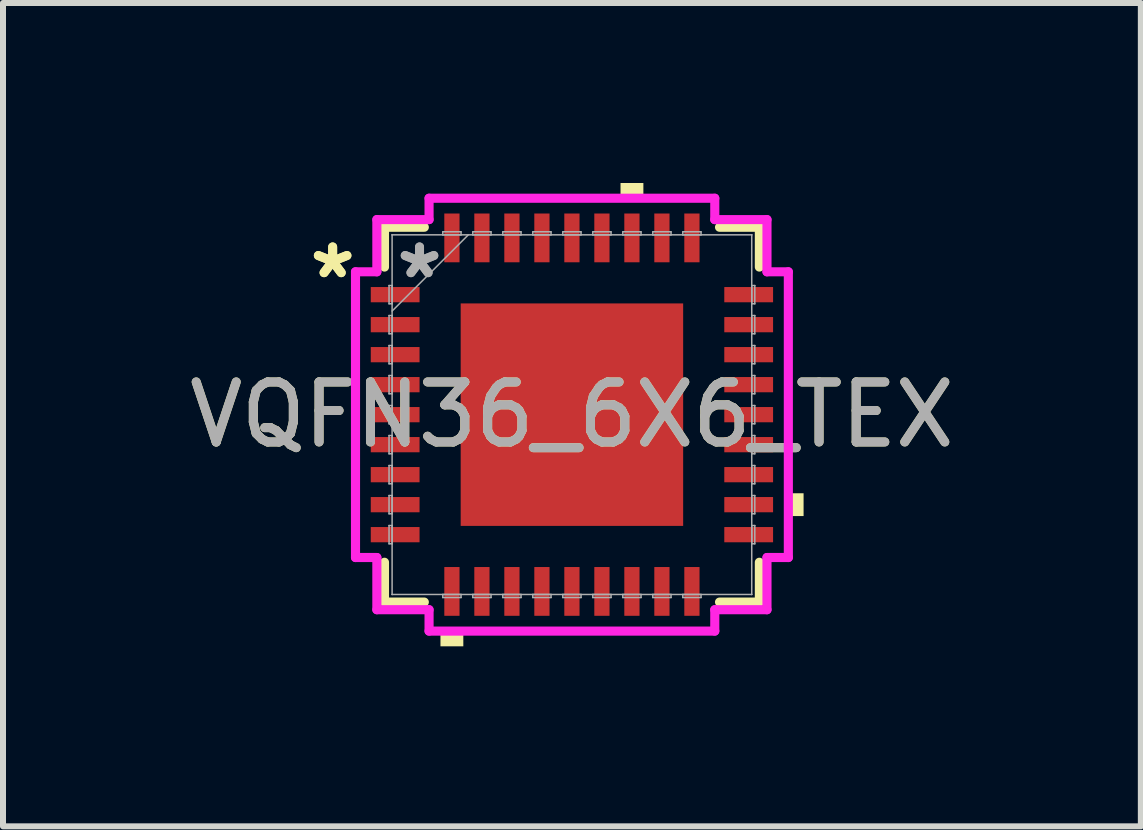
<source format=kicad_pcb>
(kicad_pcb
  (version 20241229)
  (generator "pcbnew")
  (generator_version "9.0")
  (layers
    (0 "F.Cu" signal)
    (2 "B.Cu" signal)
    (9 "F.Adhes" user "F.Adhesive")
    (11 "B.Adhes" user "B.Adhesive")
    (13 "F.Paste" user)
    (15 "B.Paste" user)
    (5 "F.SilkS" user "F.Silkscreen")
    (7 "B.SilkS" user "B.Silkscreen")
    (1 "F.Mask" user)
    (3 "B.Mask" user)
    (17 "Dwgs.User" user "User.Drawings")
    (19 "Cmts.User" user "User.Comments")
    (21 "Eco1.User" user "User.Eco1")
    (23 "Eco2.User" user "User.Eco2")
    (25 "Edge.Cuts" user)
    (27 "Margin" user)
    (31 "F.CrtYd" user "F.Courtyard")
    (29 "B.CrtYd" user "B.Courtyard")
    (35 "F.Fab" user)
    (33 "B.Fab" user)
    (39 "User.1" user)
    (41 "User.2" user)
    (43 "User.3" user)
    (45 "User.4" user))
  (footprint "VQFN36_6X6_TEX"
    (layer "F.Cu")
    (at 6.482 3.861)
    (property "Reference" "VQFN36_6X6_TEX" (at 0 0 0) (unlocked yes) (layer "F.SilkS") (effects (font (size 1 1) (thickness 0.15))))
    (attr smd)
    (fp_line (start -3.124 -3.124) (end -3.124 -2.46) (stroke (width 0.152) (type solid)) (layer "F.SilkS"))
    (fp_line (start -3.124 2.46) (end -3.124 3.124) (stroke (width 0.152) (type solid)) (layer "F.SilkS"))
    (fp_line (start -3.124 3.124) (end -2.46 3.124) (stroke (width 0.152) (type solid)) (layer "F.SilkS"))
    (fp_line (start -2.46 -3.124) (end -3.124 -3.124) (stroke (width 0.152) (type solid)) (layer "F.SilkS"))
    (fp_line (start 2.46 3.124) (end 3.124 3.124) (stroke (width 0.152) (type solid)) (layer "F.SilkS"))
    (fp_line (start 3.124 -3.124) (end 2.46 -3.124) (stroke (width 0.152) (type solid)) (layer "F.SilkS"))
    (fp_line (start 3.124 -2.46) (end 3.124 -3.124) (stroke (width 0.152) (type solid)) (layer "F.SilkS"))
    (fp_line (start 3.124 3.124) (end 3.124 2.46) (stroke (width 0.152) (type solid)) (layer "F.SilkS"))
    (fp_poly (pts (xy -2.191 3.607) (xy -2.191 3.861) (xy -1.81 3.861) (xy -1.81 3.607)) (stroke (width 0) (type solid)) (fill yes) (layer "F.SilkS"))
    (fp_poly (pts (xy 0.81 -3.607) (xy 0.81 -3.861) (xy 1.191 -3.861) (xy 1.191 -3.607)) (stroke (width 0) (type solid)) (fill yes) (layer "F.SilkS"))
    (fp_poly (pts (xy 3.861 1.31) (xy 3.861 1.69) (xy 3.607 1.69) (xy 3.607 1.31)) (stroke (width 0) (type solid)) (fill yes) (layer "F.SilkS"))
    (fp_poly (pts (xy -1.754 -1.754) (xy -1.754 -0.1) (xy -0.1 -0.1) (xy -0.1 -1.754)) (stroke (width 0) (type solid)) (fill yes) (layer "F.Paste"))
    (fp_poly (pts (xy -1.754 0.1) (xy -1.754 1.754) (xy -0.1 1.754) (xy -0.1 0.1)) (stroke (width 0) (type solid)) (fill yes) (layer "F.Paste"))
    (fp_poly (pts (xy 0.1 -1.754) (xy 0.1 -0.1) (xy 1.754 -0.1) (xy 1.754 -1.754)) (stroke (width 0) (type solid)) (fill yes) (layer "F.Paste"))
    (fp_poly (pts (xy 0.1 0.1) (xy 0.1 1.754) (xy 1.754 1.754) (xy 1.754 0.1)) (stroke (width 0) (type solid)) (fill yes) (layer "F.Paste"))
    (fp_line (start -3.607 -2.381) (end -3.251 -2.381) (stroke (width 0.152) (type solid)) (layer "F.CrtYd"))
    (fp_line (start -3.607 2.381) (end -3.607 -2.381) (stroke (width 0.152) (type solid)) (layer "F.CrtYd"))
    (fp_line (start -3.251 -3.251) (end -2.381 -3.251) (stroke (width 0.152) (type solid)) (layer "F.CrtYd"))
    (fp_line (start -3.251 -2.381) (end -3.251 -3.251) (stroke (width 0.152) (type solid)) (layer "F.CrtYd"))
    (fp_line (start -3.251 2.381) (end -3.607 2.381) (stroke (width 0.152) (type solid)) (layer "F.CrtYd"))
    (fp_line (start -3.251 3.251) (end -3.251 2.381) (stroke (width 0.152) (type solid)) (layer "F.CrtYd"))
    (fp_line (start -2.381 -3.607) (end 2.381 -3.607) (stroke (width 0.152) (type solid)) (layer "F.CrtYd"))
    (fp_line (start -2.381 -3.251) (end -2.381 -3.607) (stroke (width 0.152) (type solid)) (layer "F.CrtYd"))
    (fp_line (start -2.381 3.251) (end -3.251 3.251) (stroke (width 0.152) (type solid)) (layer "F.CrtYd"))
    (fp_line (start -2.381 3.607) (end -2.381 3.251) (stroke (width 0.152) (type solid)) (layer "F.CrtYd"))
    (fp_line (start 2.381 -3.607) (end 2.381 -3.251) (stroke (width 0.152) (type solid)) (layer "F.CrtYd"))
    (fp_line (start 2.381 -3.251) (end 3.251 -3.251) (stroke (width 0.152) (type solid)) (layer "F.CrtYd"))
    (fp_line (start 2.381 3.251) (end 2.381 3.607) (stroke (width 0.152) (type solid)) (layer "F.CrtYd"))
    (fp_line (start 2.381 3.607) (end -2.381 3.607) (stroke (width 0.152) (type solid)) (layer "F.CrtYd"))
    (fp_line (start 3.251 -3.251) (end 3.251 -2.381) (stroke (width 0.152) (type solid)) (layer "F.CrtYd"))
    (fp_line (start 3.251 -2.381) (end 3.607 -2.381) (stroke (width 0.152) (type solid)) (layer "F.CrtYd"))
    (fp_line (start 3.251 2.381) (end 3.251 3.251) (stroke (width 0.152) (type solid)) (layer "F.CrtYd"))
    (fp_line (start 3.251 3.251) (end 2.381 3.251) (stroke (width 0.152) (type solid)) (layer "F.CrtYd"))
    (fp_line (start 3.607 -2.381) (end 3.607 2.381) (stroke (width 0.152) (type solid)) (layer "F.CrtYd"))
    (fp_line (start 3.607 2.381) (end 3.251 2.381) (stroke (width 0.152) (type solid)) (layer "F.CrtYd"))
    (fp_line (start -3.048 -2.152) (end -3.048 -1.848) (stroke (width 0.025) (type solid)) (layer "F.Fab"))
    (fp_line (start -3.048 -1.848) (end -2.997 -1.848) (stroke (width 0.025) (type solid)) (layer "F.Fab"))
    (fp_line (start -3.048 -1.652) (end -3.048 -1.348) (stroke (width 0.025) (type solid)) (layer "F.Fab"))
    (fp_line (start -3.048 -1.348) (end -2.997 -1.348) (stroke (width 0.025) (type solid)) (layer "F.Fab"))
    (fp_line (start -3.048 -1.152) (end -3.048 -0.848) (stroke (width 0.025) (type solid)) (layer "F.Fab"))
    (fp_line (start -3.048 -0.848) (end -2.997 -0.848) (stroke (width 0.025) (type solid)) (layer "F.Fab"))
    (fp_line (start -3.048 -0.652) (end -3.048 -0.348) (stroke (width 0.025) (type solid)) (layer "F.Fab"))
    (fp_line (start -3.048 -0.348) (end -2.997 -0.348) (stroke (width 0.025) (type solid)) (layer "F.Fab"))
    (fp_line (start -3.048 -0.152) (end -3.048 0.152) (stroke (width 0.025) (type solid)) (layer "F.Fab"))
    (fp_line (start -3.048 0.152) (end -2.997 0.152) (stroke (width 0.025) (type solid)) (layer "F.Fab"))
    (fp_line (start -3.048 0.348) (end -3.048 0.652) (stroke (width 0.025) (type solid)) (layer "F.Fab"))
    (fp_line (start -3.048 0.652) (end -2.997 0.652) (stroke (width 0.025) (type solid)) (layer "F.Fab"))
    (fp_line (start -3.048 0.848) (end -3.048 1.152) (stroke (width 0.025) (type solid)) (layer "F.Fab"))
    (fp_line (start -3.048 1.152) (end -2.997 1.152) (stroke (width 0.025) (type solid)) (layer "F.Fab"))
    (fp_line (start -3.048 1.348) (end -3.048 1.652) (stroke (width 0.025) (type solid)) (layer "F.Fab"))
    (fp_line (start -3.048 1.652) (end -2.997 1.652) (stroke (width 0.025) (type solid)) (layer "F.Fab"))
    (fp_line (start -3.048 1.848) (end -3.048 2.152) (stroke (width 0.025) (type solid)) (layer "F.Fab"))
    (fp_line (start -3.048 2.152) (end -2.997 2.152) (stroke (width 0.025) (type solid)) (layer "F.Fab"))
    (fp_line (start -2.997 -2.997) (end -2.997 -2.997) (stroke (width 0.025) (type solid)) (layer "F.Fab"))
    (fp_line (start -2.997 -2.997) (end -2.997 2.997) (stroke (width 0.025) (type solid)) (layer "F.Fab"))
    (fp_line (start -2.997 -2.152) (end -3.048 -2.152) (stroke (width 0.025) (type solid)) (layer "F.Fab"))
    (fp_line (start -2.997 -1.848) (end -2.997 -2.152) (stroke (width 0.025) (type solid)) (layer "F.Fab"))
    (fp_line (start -2.997 -1.727) (end -1.727 -2.997) (stroke (width 0.025) (type solid)) (layer "F.Fab"))
    (fp_line (start -2.997 -1.652) (end -3.048 -1.652) (stroke (width 0.025) (type solid)) (layer "F.Fab"))
    (fp_line (start -2.997 -1.348) (end -2.997 -1.652) (stroke (width 0.025) (type solid)) (layer "F.Fab"))
    (fp_line (start -2.997 -1.152) (end -3.048 -1.152) (stroke (width 0.025) (type solid)) (layer "F.Fab"))
    (fp_line (start -2.997 -0.848) (end -2.997 -1.152) (stroke (width 0.025) (type solid)) (layer "F.Fab"))
    (fp_line (start -2.997 -0.652) (end -3.048 -0.652) (stroke (width 0.025) (type solid)) (layer "F.Fab"))
    (fp_line (start -2.997 -0.348) (end -2.997 -0.652) (stroke (width 0.025) (type solid)) (layer "F.Fab"))
    (fp_line (start -2.997 -0.152) (end -3.048 -0.152) (stroke (width 0.025) (type solid)) (layer "F.Fab"))
    (fp_line (start -2.997 0.152) (end -2.997 -0.152) (stroke (width 0.025) (type solid)) (layer "F.Fab"))
    (fp_line (start -2.997 0.348) (end -3.048 0.348) (stroke (width 0.025) (type solid)) (layer "F.Fab"))
    (fp_line (start -2.997 0.652) (end -2.997 0.348) (stroke (width 0.025) (type solid)) (layer "F.Fab"))
    (fp_line (start -2.997 0.848) (end -3.048 0.848) (stroke (width 0.025) (type solid)) (layer "F.Fab"))
    (fp_line (start -2.997 1.152) (end -2.997 0.848) (stroke (width 0.025) (type solid)) (layer "F.Fab"))
    (fp_line (start -2.997 1.348) (end -3.048 1.348) (stroke (width 0.025) (type solid)) (layer "F.Fab"))
    (fp_line (start -2.997 1.652) (end -2.997 1.348) (stroke (width 0.025) (type solid)) (layer "F.Fab"))
    (fp_line (start -2.997 1.848) (end -3.048 1.848) (stroke (width 0.025) (type solid)) (layer "F.Fab"))
    (fp_line (start -2.997 2.152) (end -2.997 1.848) (stroke (width 0.025) (type solid)) (layer "F.Fab"))
    (fp_line (start -2.997 2.997) (end -2.997 2.997) (stroke (width 0.025) (type solid)) (layer "F.Fab"))
    (fp_line (start -2.997 2.997) (end 2.997 2.997) (stroke (width 0.025) (type solid)) (layer "F.Fab"))
    (fp_line (start -2.152 -3.048) (end -2.152 -2.997) (stroke (width 0.025) (type solid)) (layer "F.Fab"))
    (fp_line (start -2.152 -2.997) (end -1.848 -2.997) (stroke (width 0.025) (type solid)) (layer "F.Fab"))
    (fp_line (start -2.152 2.997) (end -2.152 3.048) (stroke (width 0.025) (type solid)) (layer "F.Fab"))
    (fp_line (start -2.152 3.048) (end -1.848 3.048) (stroke (width 0.025) (type solid)) (layer "F.Fab"))
    (fp_line (start -1.848 -3.048) (end -2.152 -3.048) (stroke (width 0.025) (type solid)) (layer "F.Fab"))
    (fp_line (start -1.848 -2.997) (end -1.848 -3.048) (stroke (width 0.025) (type solid)) (layer "F.Fab"))
    (fp_line (start -1.848 2.997) (end -2.152 2.997) (stroke (width 0.025) (type solid)) (layer "F.Fab"))
    (fp_line (start -1.848 3.048) (end -1.848 2.997) (stroke (width 0.025) (type solid)) (layer "F.Fab"))
    (fp_line (start -1.652 -3.048) (end -1.652 -2.997) (stroke (width 0.025) (type solid)) (layer "F.Fab"))
    (fp_line (start -1.652 -2.997) (end -1.348 -2.997) (stroke (width 0.025) (type solid)) (layer "F.Fab"))
    (fp_line (start -1.652 2.997) (end -1.652 3.048) (stroke (width 0.025) (type solid)) (layer "F.Fab"))
    (fp_line (start -1.652 3.048) (end -1.348 3.048) (stroke (width 0.025) (type solid)) (layer "F.Fab"))
    (fp_line (start -1.348 -3.048) (end -1.652 -3.048) (stroke (width 0.025) (type solid)) (layer "F.Fab"))
    (fp_line (start -1.348 -2.997) (end -1.348 -3.048) (stroke (width 0.025) (type solid)) (layer "F.Fab"))
    (fp_line (start -1.348 2.997) (end -1.652 2.997) (stroke (width 0.025) (type solid)) (layer "F.Fab"))
    (fp_line (start -1.348 3.048) (end -1.348 2.997) (stroke (width 0.025) (type solid)) (layer "F.Fab"))
    (fp_line (start -1.152 -3.048) (end -1.152 -2.997) (stroke (width 0.025) (type solid)) (layer "F.Fab"))
    (fp_line (start -1.152 -2.997) (end -0.848 -2.997) (stroke (width 0.025) (type solid)) (layer "F.Fab"))
    (fp_line (start -1.152 2.997) (end -1.152 3.048) (stroke (width 0.025) (type solid)) (layer "F.Fab"))
    (fp_line (start -1.152 3.048) (end -0.848 3.048) (stroke (width 0.025) (type solid)) (layer "F.Fab"))
    (fp_line (start -0.848 -3.048) (end -1.152 -3.048) (stroke (width 0.025) (type solid)) (layer "F.Fab"))
    (fp_line (start -0.848 -2.997) (end -0.848 -3.048) (stroke (width 0.025) (type solid)) (layer "F.Fab"))
    (fp_line (start -0.848 2.997) (end -1.152 2.997) (stroke (width 0.025) (type solid)) (layer "F.Fab"))
    (fp_line (start -0.848 3.048) (end -0.848 2.997) (stroke (width 0.025) (type solid)) (layer "F.Fab"))
    (fp_line (start -0.652 -3.048) (end -0.652 -2.997) (stroke (width 0.025) (type solid)) (layer "F.Fab"))
    (fp_line (start -0.652 -2.997) (end -0.348 -2.997) (stroke (width 0.025) (type solid)) (layer "F.Fab"))
    (fp_line (start -0.652 2.997) (end -0.652 3.048) (stroke (width 0.025) (type solid)) (layer "F.Fab"))
    (fp_line (start -0.652 3.048) (end -0.348 3.048) (stroke (width 0.025) (type solid)) (layer "F.Fab"))
    (fp_line (start -0.348 -3.048) (end -0.652 -3.048) (stroke (width 0.025) (type solid)) (layer "F.Fab"))
    (fp_line (start -0.348 -2.997) (end -0.348 -3.048) (stroke (width 0.025) (type solid)) (layer "F.Fab"))
    (fp_line (start -0.348 2.997) (end -0.652 2.997) (stroke (width 0.025) (type solid)) (layer "F.Fab"))
    (fp_line (start -0.348 3.048) (end -0.348 2.997) (stroke (width 0.025) (type solid)) (layer "F.Fab"))
    (fp_line (start -0.152 -3.048) (end -0.152 -2.997) (stroke (width 0.025) (type solid)) (layer "F.Fab"))
    (fp_line (start -0.152 -2.997) (end 0.152 -2.997) (stroke (width 0.025) (type solid)) (layer "F.Fab"))
    (fp_line (start -0.152 2.997) (end -0.152 3.048) (stroke (width 0.025) (type solid)) (layer "F.Fab"))
    (fp_line (start -0.152 3.048) (end 0.152 3.048) (stroke (width 0.025) (type solid)) (layer "F.Fab"))
    (fp_line (start 0.152 -3.048) (end -0.152 -3.048) (stroke (width 0.025) (type solid)) (layer "F.Fab"))
    (fp_line (start 0.152 -2.997) (end 0.152 -3.048) (stroke (width 0.025) (type solid)) (layer "F.Fab"))
    (fp_line (start 0.152 2.997) (end -0.152 2.997) (stroke (width 0.025) (type solid)) (layer "F.Fab"))
    (fp_line (start 0.152 3.048) (end 0.152 2.997) (stroke (width 0.025) (type solid)) (layer "F.Fab"))
    (fp_line (start 0.348 -3.048) (end 0.348 -2.997) (stroke (width 0.025) (type solid)) (layer "F.Fab"))
    (fp_line (start 0.348 -2.997) (end 0.652 -2.997) (stroke (width 0.025) (type solid)) (layer "F.Fab"))
    (fp_line (start 0.348 2.997) (end 0.348 3.048) (stroke (width 0.025) (type solid)) (layer "F.Fab"))
    (fp_line (start 0.348 3.048) (end 0.652 3.048) (stroke (width 0.025) (type solid)) (layer "F.Fab"))
    (fp_line (start 0.652 -3.048) (end 0.348 -3.048) (stroke (width 0.025) (type solid)) (layer "F.Fab"))
    (fp_line (start 0.652 -2.997) (end 0.652 -3.048) (stroke (width 0.025) (type solid)) (layer "F.Fab"))
    (fp_line (start 0.652 2.997) (end 0.348 2.997) (stroke (width 0.025) (type solid)) (layer "F.Fab"))
    (fp_line (start 0.652 3.048) (end 0.652 2.997) (stroke (width 0.025) (type solid)) (layer "F.Fab"))
    (fp_line (start 0.848 -3.048) (end 0.848 -2.997) (stroke (width 0.025) (type solid)) (layer "F.Fab"))
    (fp_line (start 0.848 -2.997) (end 1.152 -2.997) (stroke (width 0.025) (type solid)) (layer "F.Fab"))
    (fp_line (start 0.848 2.997) (end 0.848 3.048) (stroke (width 0.025) (type solid)) (layer "F.Fab"))
    (fp_line (start 0.848 3.048) (end 1.152 3.048) (stroke (width 0.025) (type solid)) (layer "F.Fab"))
    (fp_line (start 1.152 -3.048) (end 0.848 -3.048) (stroke (width 0.025) (type solid)) (layer "F.Fab"))
    (fp_line (start 1.152 -2.997) (end 1.152 -3.048) (stroke (width 0.025) (type solid)) (layer "F.Fab"))
    (fp_line (start 1.152 2.997) (end 0.848 2.997) (stroke (width 0.025) (type solid)) (layer "F.Fab"))
    (fp_line (start 1.152 3.048) (end 1.152 2.997) (stroke (width 0.025) (type solid)) (layer "F.Fab"))
    (fp_line (start 1.348 -3.048) (end 1.348 -2.997) (stroke (width 0.025) (type solid)) (layer "F.Fab"))
    (fp_line (start 1.348 -2.997) (end 1.652 -2.997) (stroke (width 0.025) (type solid)) (layer "F.Fab"))
    (fp_line (start 1.348 2.997) (end 1.348 3.048) (stroke (width 0.025) (type solid)) (layer "F.Fab"))
    (fp_line (start 1.348 3.048) (end 1.652 3.048) (stroke (width 0.025) (type solid)) (layer "F.Fab"))
    (fp_line (start 1.652 -3.048) (end 1.348 -3.048) (stroke (width 0.025) (type solid)) (layer "F.Fab"))
    (fp_line (start 1.652 -2.997) (end 1.652 -3.048) (stroke (width 0.025) (type solid)) (layer "F.Fab"))
    (fp_line (start 1.652 2.997) (end 1.348 2.997) (stroke (width 0.025) (type solid)) (layer "F.Fab"))
    (fp_line (start 1.652 3.048) (end 1.652 2.997) (stroke (width 0.025) (type solid)) (layer "F.Fab"))
    (fp_line (start 1.848 -3.048) (end 1.848 -2.997) (stroke (width 0.025) (type solid)) (layer "F.Fab"))
    (fp_line (start 1.848 -2.997) (end 2.152 -2.997) (stroke (width 0.025) (type solid)) (layer "F.Fab"))
    (fp_line (start 1.848 2.997) (end 1.848 3.048) (stroke (width 0.025) (type solid)) (layer "F.Fab"))
    (fp_line (start 1.848 3.048) (end 2.152 3.048) (stroke (width 0.025) (type solid)) (layer "F.Fab"))
    (fp_line (start 2.152 -3.048) (end 1.848 -3.048) (stroke (width 0.025) (type solid)) (layer "F.Fab"))
    (fp_line (start 2.152 -2.997) (end 2.152 -3.048) (stroke (width 0.025) (type solid)) (layer "F.Fab"))
    (fp_line (start 2.152 2.997) (end 1.848 2.997) (stroke (width 0.025) (type solid)) (layer "F.Fab"))
    (fp_line (start 2.152 3.048) (end 2.152 2.997) (stroke (width 0.025) (type solid)) (layer "F.Fab"))
    (fp_line (start 2.997 -2.997) (end -2.997 -2.997) (stroke (width 0.025) (type solid)) (layer "F.Fab"))
    (fp_line (start 2.997 -2.997) (end 2.997 -2.997) (stroke (width 0.025) (type solid)) (layer "F.Fab"))
    (fp_line (start 2.997 -2.152) (end 2.997 -1.848) (stroke (width 0.025) (type solid)) (layer "F.Fab"))
    (fp_line (start 2.997 -1.848) (end 3.048 -1.848) (stroke (width 0.025) (type solid)) (layer "F.Fab"))
    (fp_line (start 2.997 -1.652) (end 2.997 -1.348) (stroke (width 0.025) (type solid)) (layer "F.Fab"))
    (fp_line (start 2.997 -1.348) (end 3.048 -1.348) (stroke (width 0.025) (type solid)) (layer "F.Fab"))
    (fp_line (start 2.997 -1.152) (end 2.997 -0.848) (stroke (width 0.025) (type solid)) (layer "F.Fab"))
    (fp_line (start 2.997 -0.848) (end 3.048 -0.848) (stroke (width 0.025) (type solid)) (layer "F.Fab"))
    (fp_line (start 2.997 -0.652) (end 2.997 -0.348) (stroke (width 0.025) (type solid)) (layer "F.Fab"))
    (fp_line (start 2.997 -0.348) (end 3.048 -0.348) (stroke (width 0.025) (type solid)) (layer "F.Fab"))
    (fp_line (start 2.997 -0.152) (end 2.997 0.152) (stroke (width 0.025) (type solid)) (layer "F.Fab"))
    (fp_line (start 2.997 0.152) (end 3.048 0.152) (stroke (width 0.025) (type solid)) (layer "F.Fab"))
    (fp_line (start 2.997 0.348) (end 2.997 0.652) (stroke (width 0.025) (type solid)) (layer "F.Fab"))
    (fp_line (start 2.997 0.652) (end 3.048 0.652) (stroke (width 0.025) (type solid)) (layer "F.Fab"))
    (fp_line (start 2.997 0.848) (end 2.997 1.152) (stroke (width 0.025) (type solid)) (layer "F.Fab"))
    (fp_line (start 2.997 1.152) (end 3.048 1.152) (stroke (width 0.025) (type solid)) (layer "F.Fab"))
    (fp_line (start 2.997 1.348) (end 2.997 1.652) (stroke (width 0.025) (type solid)) (layer "F.Fab"))
    (fp_line (start 2.997 1.652) (end 3.048 1.652) (stroke (width 0.025) (type solid)) (layer "F.Fab"))
    (fp_line (start 2.997 1.848) (end 2.997 2.152) (stroke (width 0.025) (type solid)) (layer "F.Fab"))
    (fp_line (start 2.997 2.152) (end 3.048 2.152) (stroke (width 0.025) (type solid)) (layer "F.Fab"))
    (fp_line (start 2.997 2.997) (end 2.997 -2.997) (stroke (width 0.025) (type solid)) (layer "F.Fab"))
    (fp_line (start 2.997 2.997) (end 2.997 2.997) (stroke (width 0.025) (type solid)) (layer "F.Fab"))
    (fp_line (start 3.048 -2.152) (end 2.997 -2.152) (stroke (width 0.025) (type solid)) (layer "F.Fab"))
    (fp_line (start 3.048 -1.848) (end 3.048 -2.152) (stroke (width 0.025) (type solid)) (layer "F.Fab"))
    (fp_line (start 3.048 -1.652) (end 2.997 -1.652) (stroke (width 0.025) (type solid)) (layer "F.Fab"))
    (fp_line (start 3.048 -1.348) (end 3.048 -1.652) (stroke (width 0.025) (type solid)) (layer "F.Fab"))
    (fp_line (start 3.048 -1.152) (end 2.997 -1.152) (stroke (width 0.025) (type solid)) (layer "F.Fab"))
    (fp_line (start 3.048 -0.848) (end 3.048 -1.152) (stroke (width 0.025) (type solid)) (layer "F.Fab"))
    (fp_line (start 3.048 -0.652) (end 2.997 -0.652) (stroke (width 0.025) (type solid)) (layer "F.Fab"))
    (fp_line (start 3.048 -0.348) (end 3.048 -0.652) (stroke (width 0.025) (type solid)) (layer "F.Fab"))
    (fp_line (start 3.048 -0.152) (end 2.997 -0.152) (stroke (width 0.025) (type solid)) (layer "F.Fab"))
    (fp_line (start 3.048 0.152) (end 3.048 -0.152) (stroke (width 0.025) (type solid)) (layer "F.Fab"))
    (fp_line (start 3.048 0.348) (end 2.997 0.348) (stroke (width 0.025) (type solid)) (layer "F.Fab"))
    (fp_line (start 3.048 0.652) (end 3.048 0.348) (stroke (width 0.025) (type solid)) (layer "F.Fab"))
    (fp_line (start 3.048 0.848) (end 2.997 0.848) (stroke (width 0.025) (type solid)) (layer "F.Fab"))
    (fp_line (start 3.048 1.152) (end 3.048 0.848) (stroke (width 0.025) (type solid)) (layer "F.Fab"))
    (fp_line (start 3.048 1.348) (end 2.997 1.348) (stroke (width 0.025) (type solid)) (layer "F.Fab"))
    (fp_line (start 3.048 1.652) (end 3.048 1.348) (stroke (width 0.025) (type solid)) (layer "F.Fab"))
    (fp_line (start 3.048 1.848) (end 2.997 1.848) (stroke (width 0.025) (type solid)) (layer "F.Fab"))
    (fp_line (start 3.048 2.152) (end 3.048 1.848) (stroke (width 0.025) (type solid)) (layer "F.Fab"))
    (fp_text user "*" (at -3.988 -2.25 0) (unlocked yes) (layer "F.SilkS") (effects (font (size 1 1) (thickness 0.15))))
    (fp_text user "*" (at -3.988 -2.25 0) (layer "F.SilkS") (effects (font (size 1 1) (thickness 0.15))))
    (fp_text user "*" (at -2.54 -2.25 0) (unlocked yes) (layer "F.Fab") (effects (font (size 1 1) (thickness 0.15))))
    (fp_text user "*" (at -2.54 -2.25 0) (layer "F.Fab") (effects (font (size 1 1) (thickness 0.15))))
    (fp_text user "${REFERENCE}" (at 0 0 0) (unlocked yes) (layer "F.Fab") (effects (font (size 1 1) (thickness 0.15))))
    (pad "1" smd rect (at -2.946 -2 90) (size 0.254 0.813) (layers "F.Cu" "F.Mask" "F.Paste"))
    (pad "2" smd rect (at -2.946 -1.5 90) (size 0.254 0.813) (layers "F.Cu" "F.Mask" "F.Paste"))
    (pad "3" smd rect (at -2.946 -1 90) (size 0.254 0.813) (layers "F.Cu" "F.Mask" "F.Paste"))
    (pad "4" smd rect (at -2.946 -0.5 90) (size 0.254 0.813) (layers "F.Cu" "F.Mask" "F.Paste"))
    (pad "5" smd rect (at -2.946 0 90) (size 0.254 0.813) (layers "F.Cu" "F.Mask" "F.Paste"))
    (pad "6" smd rect (at -2.946 0.5 90) (size 0.254 0.813) (layers "F.Cu" "F.Mask" "F.Paste"))
    (pad "7" smd rect (at -2.946 1 90) (size 0.254 0.813) (layers "F.Cu" "F.Mask" "F.Paste"))
    (pad "8" smd rect (at -2.946 1.5 90) (size 0.254 0.813) (layers "F.Cu" "F.Mask" "F.Paste"))
    (pad "9" smd rect (at -2.946 2 90) (size 0.254 0.813) (layers "F.Cu" "F.Mask" "F.Paste"))
    (pad "10" smd rect (at -2 2.946) (size 0.254 0.813) (layers "F.Cu" "F.Mask" "F.Paste"))
    (pad "11" smd rect (at -1.5 2.946) (size 0.254 0.813) (layers "F.Cu" "F.Mask" "F.Paste"))
    (pad "12" smd rect (at -1 2.946) (size 0.254 0.813) (layers "F.Cu" "F.Mask" "F.Paste"))
    (pad "13" smd rect (at -0.5 2.946) (size 0.254 0.813) (layers "F.Cu" "F.Mask" "F.Paste"))
    (pad "14" smd rect (at 0 2.946) (size 0.254 0.813) (layers "F.Cu" "F.Mask" "F.Paste"))
    (pad "15" smd rect (at 0.5 2.946) (size 0.254 0.813) (layers "F.Cu" "F.Mask" "F.Paste"))
    (pad "16" smd rect (at 1 2.946) (size 0.254 0.813) (layers "F.Cu" "F.Mask" "F.Paste"))
    (pad "17" smd rect (at 1.5 2.946) (size 0.254 0.813) (layers "F.Cu" "F.Mask" "F.Paste"))
    (pad "18" smd rect (at 2 2.946) (size 0.254 0.813) (layers "F.Cu" "F.Mask" "F.Paste"))
    (pad "19" smd rect (at 2.946 2 90) (size 0.254 0.813) (layers "F.Cu" "F.Mask" "F.Paste"))
    (pad "20" smd rect (at 2.946 1.5 90) (size 0.254 0.813) (layers "F.Cu" "F.Mask" "F.Paste"))
    (pad "21" smd rect (at 2.946 1 90) (size 0.254 0.813) (layers "F.Cu" "F.Mask" "F.Paste"))
    (pad "22" smd rect (at 2.946 0.5 90) (size 0.254 0.813) (layers "F.Cu" "F.Mask" "F.Paste"))
    (pad "23" smd rect (at 2.946 0 90) (size 0.254 0.813) (layers "F.Cu" "F.Mask" "F.Paste"))
    (pad "24" smd rect (at 2.946 -0.5 90) (size 0.254 0.813) (layers "F.Cu" "F.Mask" "F.Paste"))
    (pad "25" smd rect (at 2.946 -1 90) (size 0.254 0.813) (layers "F.Cu" "F.Mask" "F.Paste"))
    (pad "26" smd rect (at 2.946 -1.5 90) (size 0.254 0.813) (layers "F.Cu" "F.Mask" "F.Paste"))
    (pad "27" smd rect (at 2.946 -2 90) (size 0.254 0.813) (layers "F.Cu" "F.Mask" "F.Paste"))
    (pad "28" smd rect (at 2 -2.946) (size 0.254 0.813) (layers "F.Cu" "F.Mask" "F.Paste"))
    (pad "29" smd rect (at 1.5 -2.946) (size 0.254 0.813) (layers "F.Cu" "F.Mask" "F.Paste"))
    (pad "30" smd rect (at 1 -2.946) (size 0.254 0.813) (layers "F.Cu" "F.Mask" "F.Paste"))
    (pad "31" smd rect (at 0.5 -2.946) (size 0.254 0.813) (layers "F.Cu" "F.Mask" "F.Paste"))
    (pad "32" smd rect (at 0 -2.946) (size 0.254 0.813) (layers "F.Cu" "F.Mask" "F.Paste"))
    (pad "33" smd rect (at -0.5 -2.946) (size 0.254 0.813) (layers "F.Cu" "F.Mask" "F.Paste"))
    (pad "34" smd rect (at -1 -2.946) (size 0.254 0.813) (layers "F.Cu" "F.Mask" "F.Paste"))
    (pad "35" smd rect (at -1.5 -2.946) (size 0.254 0.813) (layers "F.Cu" "F.Mask" "F.Paste"))
    (pad "36" smd rect (at -2 -2.946) (size 0.254 0.813) (layers "F.Cu" "F.Mask" "F.Paste"))
    (pad "37" smd rect (at 0 0) (size 3.708 3.708) (layers "F.Cu" "F.Mask" "F.Paste")))
  (gr_rect
    (start -3 -3)
    (end 15.964 10.722)
    (stroke (width 0.1) (type default))
    (fill no)
    (layer "Edge.Cuts")))
</source>
